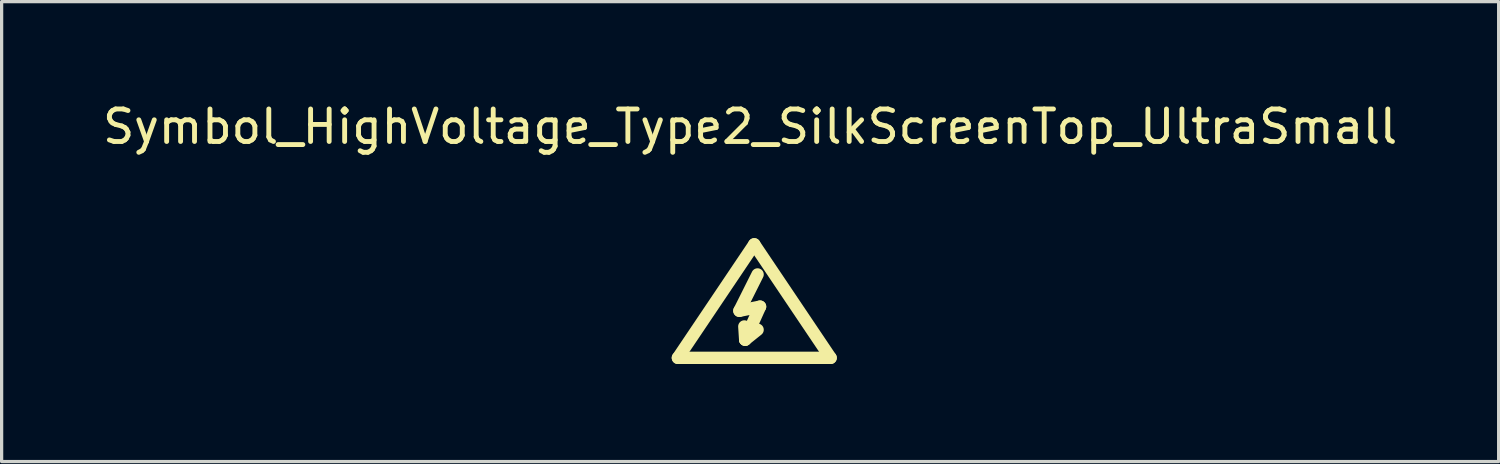
<source format=kicad_pcb>
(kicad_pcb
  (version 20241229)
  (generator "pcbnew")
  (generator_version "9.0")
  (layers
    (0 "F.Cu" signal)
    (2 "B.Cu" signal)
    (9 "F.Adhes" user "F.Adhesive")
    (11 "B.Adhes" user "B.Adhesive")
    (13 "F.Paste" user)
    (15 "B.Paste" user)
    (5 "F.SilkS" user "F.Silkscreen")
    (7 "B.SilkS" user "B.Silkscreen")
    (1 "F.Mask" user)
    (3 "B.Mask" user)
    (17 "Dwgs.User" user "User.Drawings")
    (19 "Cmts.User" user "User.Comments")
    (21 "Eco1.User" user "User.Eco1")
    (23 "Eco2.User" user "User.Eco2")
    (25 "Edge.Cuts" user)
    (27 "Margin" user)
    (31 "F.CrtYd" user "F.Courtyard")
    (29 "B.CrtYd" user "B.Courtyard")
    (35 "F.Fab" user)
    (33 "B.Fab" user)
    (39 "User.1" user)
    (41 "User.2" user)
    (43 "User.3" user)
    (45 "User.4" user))
  (footprint "Symbol_HighVoltage_Type2_SilkScreenTop_UltraSmall"
    (layer "F.Cu")
    (at 20.157 6.563)
    (property "Reference" "Symbol_HighVoltage_Type2_SilkScreenTop_UltraSmall" (at -0.127 -5.715 0) (layer "F.SilkS") (effects (font (size 1 1) (thickness 0.15))))
    (attr exclude_from_pos_files exclude_from_bom)
    (fp_line (start -2.349 1.397) (end 0 -2.095) (stroke (width 0.381) (type solid)) (layer "F.SilkS"))
    (fp_line (start -0.457 -0.051) (end 0.178 -0.178) (stroke (width 0.381) (type solid)) (layer "F.SilkS"))
    (fp_line (start -0.305 0.432) (end -0.279 0.838) (stroke (width 0.381) (type solid)) (layer "F.SilkS"))
    (fp_line (start -0.279 0.838) (end 0.102 0.533) (stroke (width 0.381) (type solid)) (layer "F.SilkS"))
    (fp_line (start 0 -2.095) (end 2.349 1.397) (stroke (width 0.381) (type solid)) (layer "F.SilkS"))
    (fp_line (start 0.102 -1.168) (end -0.457 -0.051) (stroke (width 0.381) (type solid)) (layer "F.SilkS"))
    (fp_line (start 0.178 -0.178) (end -0.279 0.838) (stroke (width 0.381) (type solid)) (layer "F.SilkS"))
    (fp_line (start 2.349 1.397) (end -2.349 1.397) (stroke (width 0.381) (type solid)) (layer "F.SilkS")))
  (gr_rect
    (start -3 -3)
    (end 43.06 11.151)
    (stroke (width 0.1) (type default))
    (fill no)
    (layer "Edge.Cuts")))
</source>
